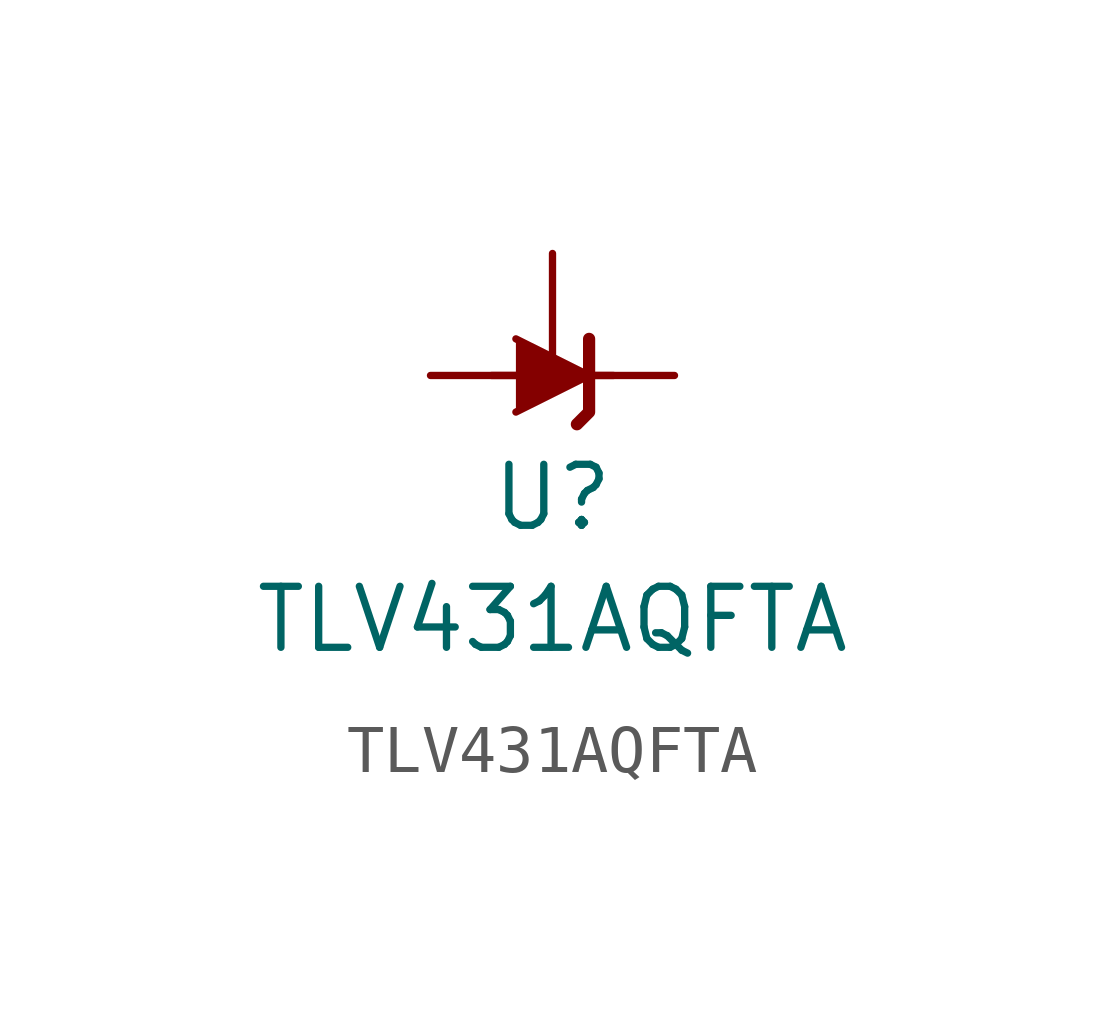
<source format=kicad_sym>
(kicad_symbol_lib
  (version 20220914)
  (generator kicad_symbol_editor)
  (symbol "TLV431AQFTA"
    (pin_numbers hide)
    (pin_names
      (offset 0) hide)
    (property "Reference" "U"
      (at 0 -2.54 0)
      (effects (font (size 1.27 1.27))))
    (property "Value" "TLV431AQFTA"
      (at 0 -5.08 0)
      (effects (font (size 1.27 1.27))))
    (symbol "TLV431AQFTA_0_1"
      (polyline (pts (xy -1.27 0) (xy 0 0) (xy 1.27 0)) (stroke (width 0) (type default)) (fill (type none)))
      (polyline (pts (xy -0.762 0.762) (xy 0.762 0) (xy -0.762 -0.762)) (stroke (width 0) (type default)) (fill (type outline)))
      (polyline (pts (xy 0.508 -1.016) (xy 0.762 -0.762) (xy 0.762 0.762) (xy 0.762 0.762)) (stroke (width 0.254) (type default)) (fill (type none))))
    (symbol "TLV431AQFTA_1_1"
      (pin passive line (at 0 2.54 270) (length 2.54) (name "REF" (effects (font (size 1.27 1.27)))) (number "1" (effects (font (size 1.27 1.27)))))
      (pin passive line (at 2.54 0 180) (length 2.54) (name "K" (effects (font (size 1.27 1.27)))) (number "2" (effects (font (size 1.27 1.27)))))
      (pin passive line (at -2.54 0 0) (length 2.54) (name "A" (effects (font (size 1.27 1.27)))) (number "3" (effects (font (size 1.27 1.27))))))))
</source>
